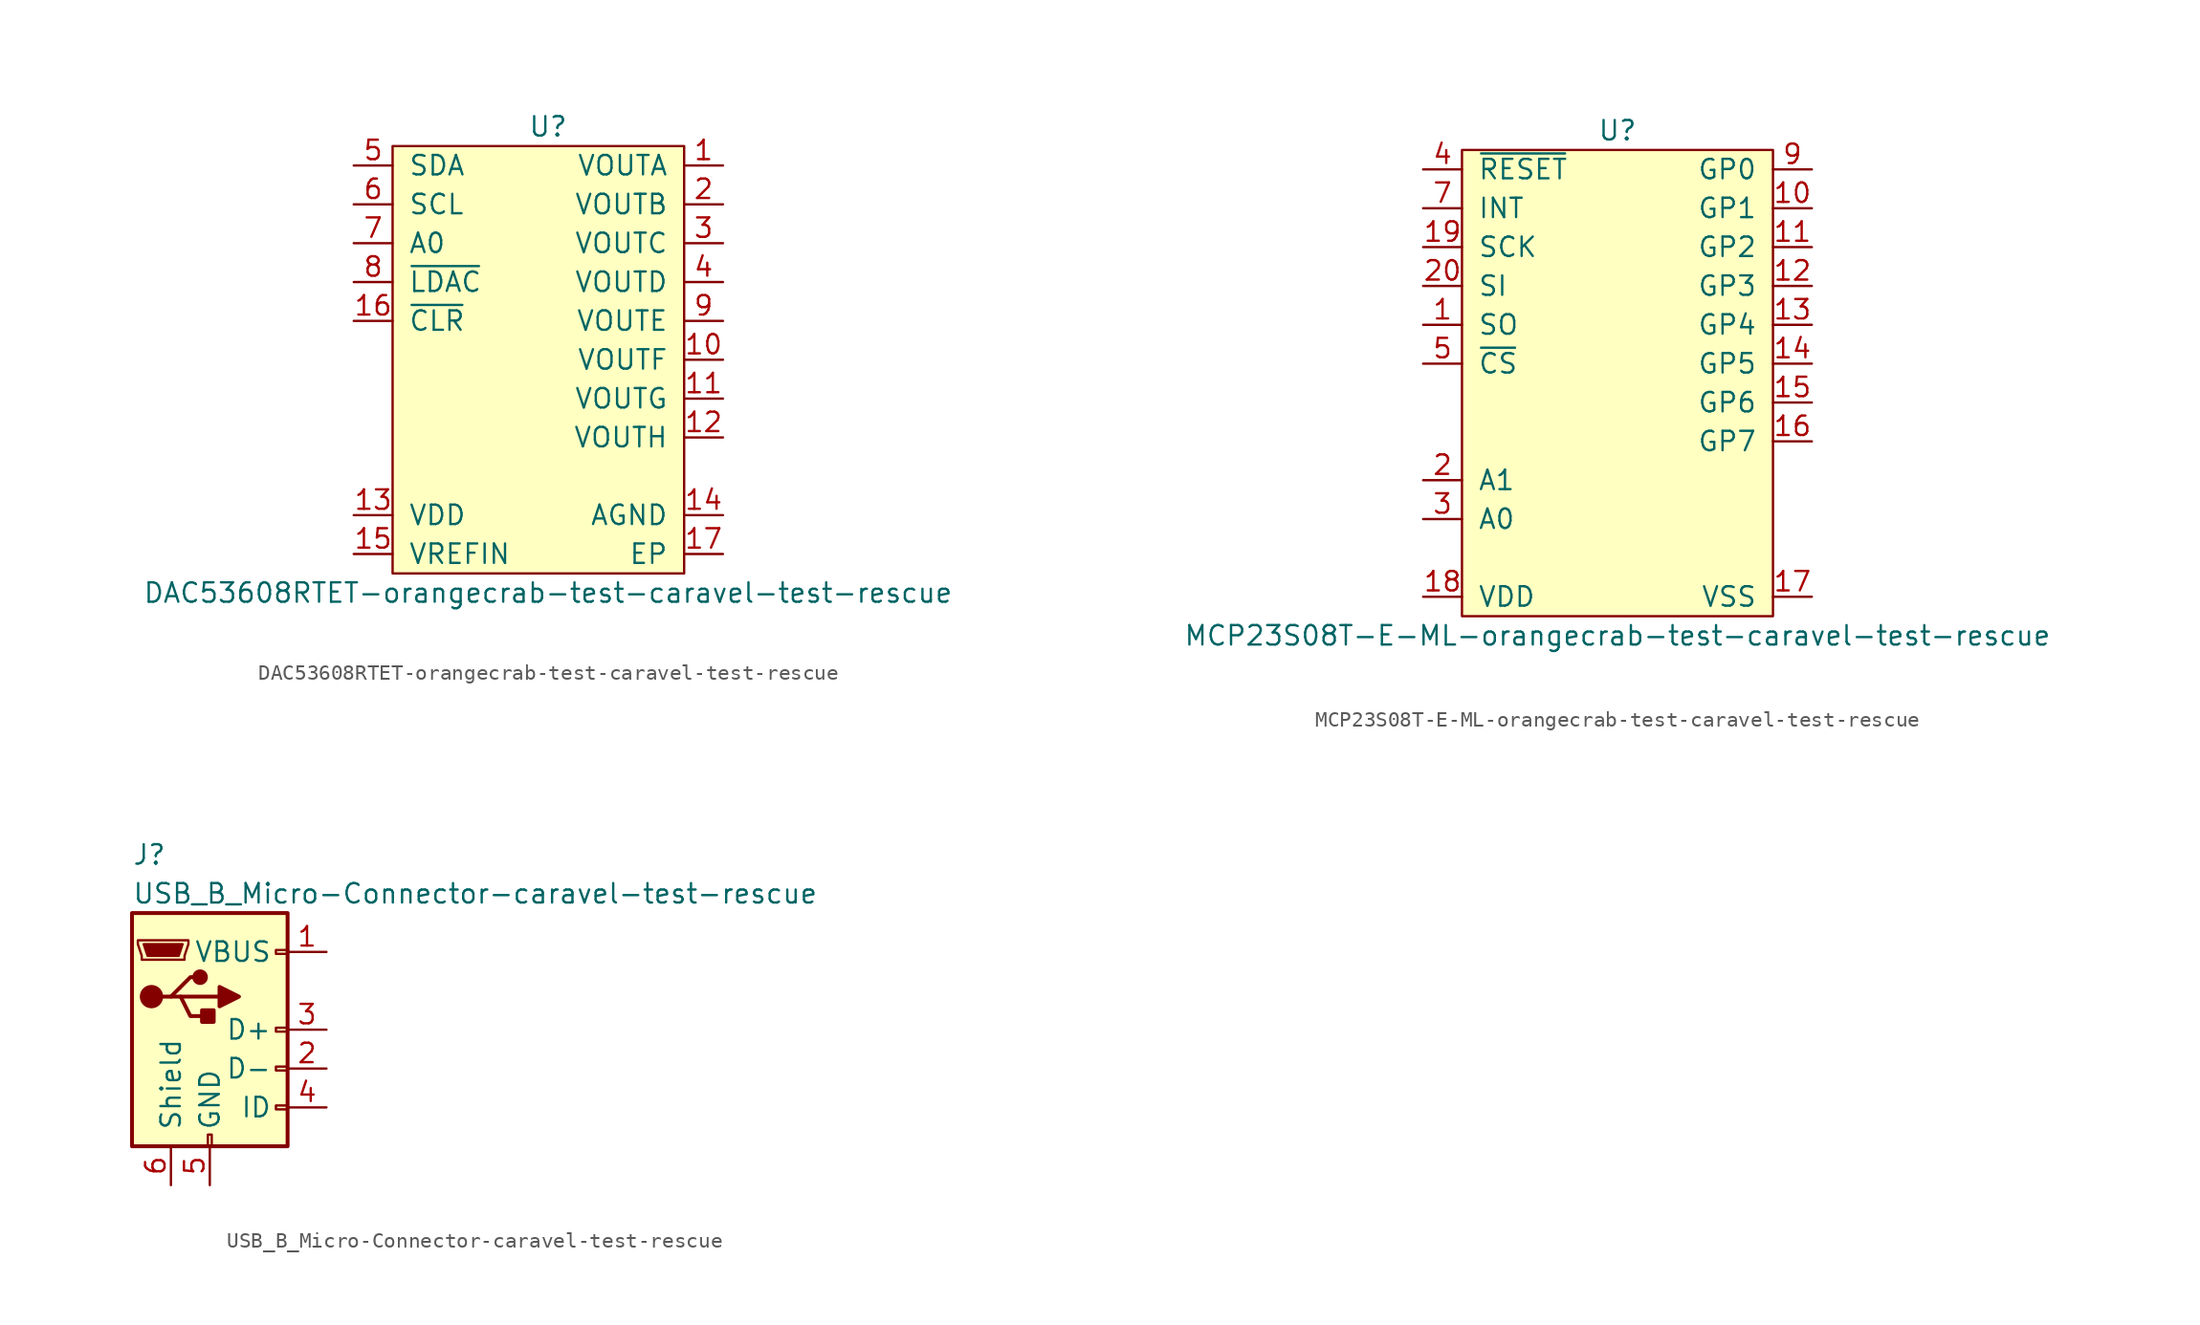
<source format=kicad_sym>
(kicad_symbol_lib
  (version 20211014)
  (generator kicad_symbol_editor)
  (symbol "DAC53608RTET-orangecrab-test-caravel-test-rescue"
    (pin_names
      (offset 1.016))
    (property "Reference" "U"
      (at 1.27 17.78 0)
      (effects (font (size 1.27 1.27))))
    (property "Value" "DAC53608RTET-orangecrab-test-caravel-test-rescue"
      (at 1.27 -12.7 0)
      (effects (font (size 1.27 1.27))))
    (symbol "DAC53608RTET-orangecrab-test-caravel-test-rescue_0_1"
      (rectangle (start -8.89 16.51) (end 10.16 -11.43) (stroke (width 0) (type default) (color 0 0 0 0)) (fill (type background))))
    (symbol "DAC53608RTET-orangecrab-test-caravel-test-rescue_1_1"
      (pin passive line (at 12.7 15.24 180) (length 2.54) (name "VOUTA" (effects (font (size 1.27 1.27)))) (number "1" (effects (font (size 1.27 1.27)))))
      (pin passive line (at 12.7 2.54 180) (length 2.54) (name "VOUTF" (effects (font (size 1.27 1.27)))) (number "10" (effects (font (size 1.27 1.27)))))
      (pin passive line (at 12.7 0 180) (length 2.54) (name "VOUTG" (effects (font (size 1.27 1.27)))) (number "11" (effects (font (size 1.27 1.27)))))
      (pin passive line (at 12.7 -2.54 180) (length 2.54) (name "VOUTH" (effects (font (size 1.27 1.27)))) (number "12" (effects (font (size 1.27 1.27)))))
      (pin passive line (at -11.43 -7.62 0) (length 2.54) (name "VDD" (effects (font (size 1.27 1.27)))) (number "13" (effects (font (size 1.27 1.27)))))
      (pin passive line (at 12.7 -7.62 180) (length 2.54) (name "AGND" (effects (font (size 1.27 1.27)))) (number "14" (effects (font (size 1.27 1.27)))))
      (pin passive line (at -11.43 -10.16 0) (length 2.54) (name "VREFIN" (effects (font (size 1.27 1.27)))) (number "15" (effects (font (size 1.27 1.27)))))
      (pin passive line (at -11.43 5.08 0) (length 2.54) (name "~{CLR}" (effects (font (size 1.27 1.27)))) (number "16" (effects (font (size 1.27 1.27)))))
      (pin passive line (at 12.7 -10.16 180) (length 2.54) (name "EP" (effects (font (size 1.27 1.27)))) (number "17" (effects (font (size 1.27 1.27)))))
      (pin passive line (at 12.7 12.7 180) (length 2.54) (name "VOUTB" (effects (font (size 1.27 1.27)))) (number "2" (effects (font (size 1.27 1.27)))))
      (pin passive line (at 12.7 10.16 180) (length 2.54) (name "VOUTC" (effects (font (size 1.27 1.27)))) (number "3" (effects (font (size 1.27 1.27)))))
      (pin passive line (at 12.7 7.62 180) (length 2.54) (name "VOUTD" (effects (font (size 1.27 1.27)))) (number "4" (effects (font (size 1.27 1.27)))))
      (pin passive line (at -11.43 15.24 0) (length 2.54) (name "SDA" (effects (font (size 1.27 1.27)))) (number "5" (effects (font (size 1.27 1.27)))))
      (pin passive line (at -11.43 12.7 0) (length 2.54) (name "SCL" (effects (font (size 1.27 1.27)))) (number "6" (effects (font (size 1.27 1.27)))))
      (pin passive line (at -11.43 10.16 0) (length 2.54) (name "A0" (effects (font (size 1.27 1.27)))) (number "7" (effects (font (size 1.27 1.27)))))
      (pin passive line (at -11.43 7.62 0) (length 2.54) (name "~{LDAC}" (effects (font (size 1.27 1.27)))) (number "8" (effects (font (size 1.27 1.27)))))
      (pin passive line (at 12.7 5.08 180) (length 2.54) (name "VOUTE" (effects (font (size 1.27 1.27)))) (number "9" (effects (font (size 1.27 1.27)))))))
  (symbol "MCP23S08T-E-ML-orangecrab-test-caravel-test-rescue"
    (pin_names
      (offset 1.016))
    (property "Reference" "U"
      (at 0 12.7 0)
      (effects (font (size 1.27 1.27))))
    (property "Value" "MCP23S08T-E-ML-orangecrab-test-caravel-test-rescue"
      (at 0 -20.32 0)
      (effects (font (size 1.27 1.27))))
    (symbol "MCP23S08T-E-ML-orangecrab-test-caravel-test-rescue_0_1"
      (rectangle (start -10.16 11.43) (end 10.16 -19.05) (stroke (width 0) (type default) (color 0 0 0 0)) (fill (type background))))
    (symbol "MCP23S08T-E-ML-orangecrab-test-caravel-test-rescue_1_1"
      (pin passive line (at -12.7 0 0) (length 2.54) (name "SO" (effects (font (size 1.27 1.27)))) (number "1" (effects (font (size 1.27 1.27)))))
      (pin passive line (at 12.7 7.62 180) (length 2.54) (name "GP1" (effects (font (size 1.27 1.27)))) (number "10" (effects (font (size 1.27 1.27)))))
      (pin passive line (at 12.7 5.08 180) (length 2.54) (name "GP2" (effects (font (size 1.27 1.27)))) (number "11" (effects (font (size 1.27 1.27)))))
      (pin passive line (at 12.7 2.54 180) (length 2.54) (name "GP3" (effects (font (size 1.27 1.27)))) (number "12" (effects (font (size 1.27 1.27)))))
      (pin passive line (at 12.7 0 180) (length 2.54) (name "GP4" (effects (font (size 1.27 1.27)))) (number "13" (effects (font (size 1.27 1.27)))))
      (pin passive line (at 12.7 -2.54 180) (length 2.54) (name "GP5" (effects (font (size 1.27 1.27)))) (number "14" (effects (font (size 1.27 1.27)))))
      (pin passive line (at 12.7 -5.08 180) (length 2.54) (name "GP6" (effects (font (size 1.27 1.27)))) (number "15" (effects (font (size 1.27 1.27)))))
      (pin passive line (at 12.7 -7.62 180) (length 2.54) (name "GP7" (effects (font (size 1.27 1.27)))) (number "16" (effects (font (size 1.27 1.27)))))
      (pin passive line (at 12.7 -17.78 180) (length 2.54) (name "VSS" (effects (font (size 1.27 1.27)))) (number "17" (effects (font (size 1.27 1.27)))))
      (pin passive line (at -12.7 -17.78 0) (length 2.54) (name "VDD" (effects (font (size 1.27 1.27)))) (number "18" (effects (font (size 1.27 1.27)))))
      (pin passive line (at -12.7 5.08 0) (length 2.54) (name "SCK" (effects (font (size 1.27 1.27)))) (number "19" (effects (font (size 1.27 1.27)))))
      (pin passive line (at -12.7 -10.16 0) (length 2.54) (name "A1" (effects (font (size 1.27 1.27)))) (number "2" (effects (font (size 1.27 1.27)))))
      (pin passive line (at -12.7 2.54 0) (length 2.54) (name "SI" (effects (font (size 1.27 1.27)))) (number "20" (effects (font (size 1.27 1.27)))))
      (pin passive line (at -12.7 -12.7 0) (length 2.54) (name "A0" (effects (font (size 1.27 1.27)))) (number "3" (effects (font (size 1.27 1.27)))))
      (pin passive line (at -12.7 10.16 0) (length 2.54) (name "~{RESET}" (effects (font (size 1.27 1.27)))) (number "4" (effects (font (size 1.27 1.27)))))
      (pin passive line (at -12.7 -2.54 0) (length 2.54) (name "~{CS}" (effects (font (size 1.27 1.27)))) (number "5" (effects (font (size 1.27 1.27)))))
      (pin passive line (at -12.7 -5.08 0) (length 2.54) hide (name "NC" (effects (font (size 1.27 1.27)))) (number "6" (effects (font (size 1.27 1.27)))))
      (pin passive line (at -12.7 7.62 0) (length 2.54) (name "INT" (effects (font (size 1.27 1.27)))) (number "7" (effects (font (size 1.27 1.27)))))
      (pin passive line (at -12.7 -7.62 0) (length 2.54) hide (name "NC" (effects (font (size 1.27 1.27)))) (number "8" (effects (font (size 1.27 1.27)))))
      (pin passive line (at 12.7 10.16 180) (length 2.54) (name "GP0" (effects (font (size 1.27 1.27)))) (number "9" (effects (font (size 1.27 1.27)))))))
  (symbol "USB_B_Micro-Connector-caravel-test-rescue"
    (pin_names
      (offset 1.016))
    (property "Reference" "J"
      (at -5.08 11.43 0)
      (effects (font (size 1.27 1.27)) (justify left)))
    (property "Value" "USB_B_Micro-Connector-caravel-test-rescue"
      (at -5.08 8.89 0)
      (effects (font (size 1.27 1.27)) (justify left)))
    (symbol "USB_B_Micro-Connector-caravel-test-rescue_0_1"
      (rectangle (start -5.08 -7.62) (end 5.08 7.62) (stroke (width 0.254) (type default) (color 0 0 0 0)) (fill (type background)))
      (circle (center -3.81 2.159) (radius 0.635) (stroke (width 0.254) (type default) (color 0 0 0 0)) (fill (type outline)))
      (circle (center -0.635 3.429) (radius 0.381) (stroke (width 0.254) (type default) (color 0 0 0 0)) (fill (type outline)))
      (rectangle (start -0.127 -7.62) (end 0.127 -6.858) (stroke (width 0) (type default) (color 0 0 0 0)) (fill (type none)))
      (polyline (pts (xy -1.905 2.159) (xy 0.635 2.159)) (stroke (width 0.254) (type default) (color 0 0 0 0)) (fill (type none)))
      (polyline (pts (xy -3.175 2.159) (xy -2.54 2.159) (xy -1.27 3.429) (xy -0.635 3.429)) (stroke (width 0.254) (type default) (color 0 0 0 0)) (fill (type none)))
      (polyline (pts (xy -2.54 2.159) (xy -1.905 2.159) (xy -1.27 0.889) (xy 0 0.889)) (stroke (width 0.254) (type default) (color 0 0 0 0)) (fill (type none)))
      (polyline (pts (xy 0.635 2.794) (xy 0.635 1.524) (xy 1.905 2.159) (xy 0.635 2.794)) (stroke (width 0.254) (type default) (color 0 0 0 0)) (fill (type outline)))
      (polyline (pts (xy -4.318 5.588) (xy -1.778 5.588) (xy -2.032 4.826) (xy -4.064 4.826) (xy -4.318 5.588)) (stroke (width 0) (type default) (color 0 0 0 0)) (fill (type outline)))
      (polyline (pts (xy -4.699 5.842) (xy -4.699 5.588) (xy -4.445 4.826) (xy -4.445 4.572) (xy -1.651 4.572) (xy -1.651 4.826) (xy -1.397 5.588) (xy -1.397 5.842) (xy -4.699 5.842)) (stroke (width 0) (type default) (color 0 0 0 0)) (fill (type none)))
      (rectangle (start 0.254 1.27) (end -0.508 0.508) (stroke (width 0.254) (type default) (color 0 0 0 0)) (fill (type outline)))
      (rectangle (start 5.08 -5.207) (end 4.318 -4.953) (stroke (width 0) (type default) (color 0 0 0 0)) (fill (type none)))
      (rectangle (start 5.08 -2.667) (end 4.318 -2.413) (stroke (width 0) (type default) (color 0 0 0 0)) (fill (type none)))
      (rectangle (start 5.08 -0.127) (end 4.318 0.127) (stroke (width 0) (type default) (color 0 0 0 0)) (fill (type none)))
      (rectangle (start 5.08 4.953) (end 4.318 5.207) (stroke (width 0) (type default) (color 0 0 0 0)) (fill (type none))))
    (symbol "USB_B_Micro-Connector-caravel-test-rescue_1_1"
      (pin power_out line (at 7.62 5.08 180) (length 2.54) (name "VBUS" (effects (font (size 1.27 1.27)))) (number "1" (effects (font (size 1.27 1.27)))))
      (pin passive line (at 7.62 -2.54 180) (length 2.54) (name "D-" (effects (font (size 1.27 1.27)))) (number "2" (effects (font (size 1.27 1.27)))))
      (pin passive line (at 7.62 0 180) (length 2.54) (name "D+" (effects (font (size 1.27 1.27)))) (number "3" (effects (font (size 1.27 1.27)))))
      (pin passive line (at 7.62 -5.08 180) (length 2.54) (name "ID" (effects (font (size 1.27 1.27)))) (number "4" (effects (font (size 1.27 1.27)))))
      (pin power_out line (at 0 -10.16 90) (length 2.54) (name "GND" (effects (font (size 1.27 1.27)))) (number "5" (effects (font (size 1.27 1.27)))))
      (pin passive line (at -2.54 -10.16 90) (length 2.54) (name "Shield" (effects (font (size 1.27 1.27)))) (number "6" (effects (font (size 1.27 1.27))))))))
</source>
